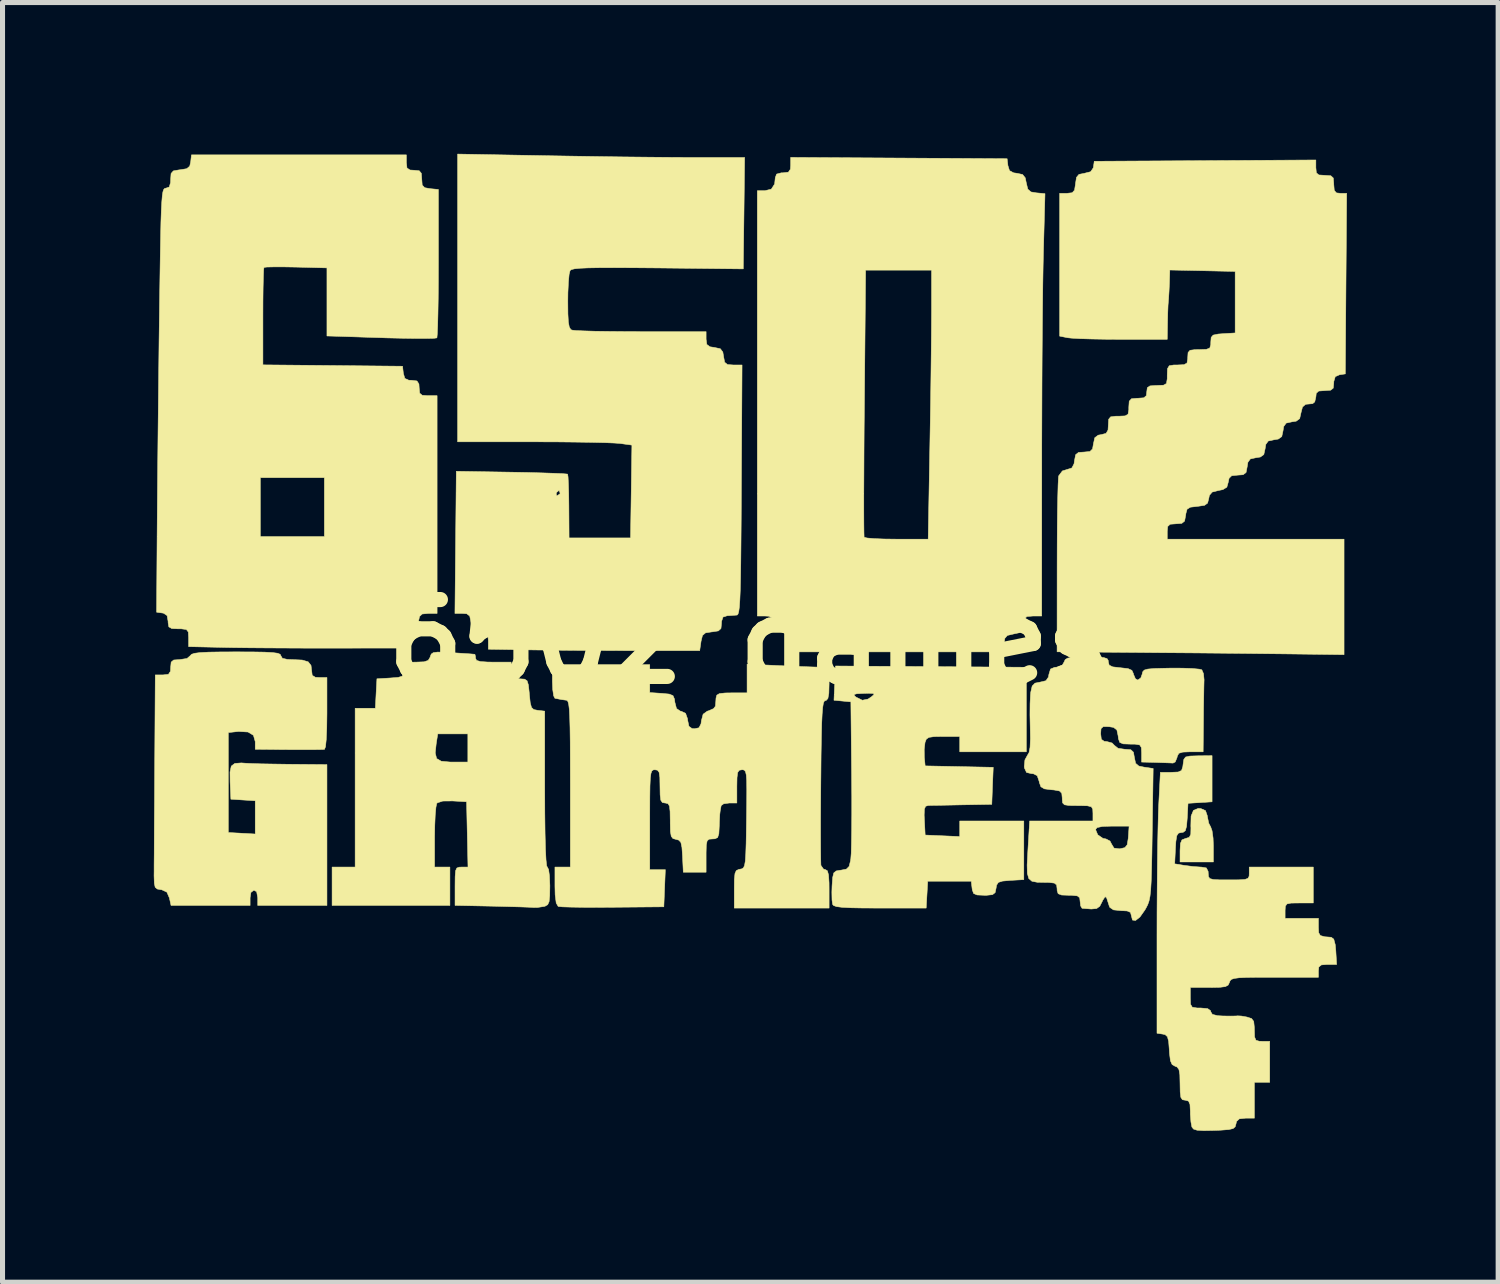
<source format=kicad_pcb>
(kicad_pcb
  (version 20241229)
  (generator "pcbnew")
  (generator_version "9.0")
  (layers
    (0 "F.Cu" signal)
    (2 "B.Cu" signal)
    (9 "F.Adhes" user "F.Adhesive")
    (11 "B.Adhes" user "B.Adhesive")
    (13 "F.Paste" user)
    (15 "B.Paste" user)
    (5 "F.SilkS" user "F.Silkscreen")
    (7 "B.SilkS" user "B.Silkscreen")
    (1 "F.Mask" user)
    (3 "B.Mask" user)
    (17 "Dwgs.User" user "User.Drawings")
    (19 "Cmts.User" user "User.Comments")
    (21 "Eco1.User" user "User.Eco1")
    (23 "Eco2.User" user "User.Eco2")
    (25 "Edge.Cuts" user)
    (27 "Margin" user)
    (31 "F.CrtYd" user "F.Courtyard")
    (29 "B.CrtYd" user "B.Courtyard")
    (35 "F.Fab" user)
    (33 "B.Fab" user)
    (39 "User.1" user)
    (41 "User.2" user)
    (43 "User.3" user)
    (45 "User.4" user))
  (footprint "6502 games"
    (layer "F.Cu")
    (at 11.815 9.673)
    (property "Reference" "6502 games" (at 0 0 0) (layer "F.SilkS") (effects (font (size 1.524 1.524) (thickness 0.3))))
    (attr through_hole)
    (fp_poly (pts (xy 8.946 3.31) (xy 9.039 3.351) (xy 9.075 3.455) (xy 9.077 3.475) (xy 9.103 3.6) (xy 9.142 3.675) (xy 9.169 3.751) (xy 9.189 3.895) (xy 9.195 4.049) (xy 9.195 4.369) (xy 8.534 4.369) (xy 8.534 4.144) (xy 8.542 4.001) (xy 8.572 3.931) (xy 8.639 3.904) (xy 8.647 3.902) (xy 8.717 3.88) (xy 8.747 3.821) (xy 8.75 3.695) (xy 8.748 3.658) (xy 8.753 3.459) (xy 8.8 3.346) (xy 8.894 3.307) (xy 8.946 3.31)) (stroke (width 0.01) (type solid)) (fill yes) (layer "F.SilkS"))
    (fp_poly (pts (xy 2.959 -9.589) (xy 5.105 -9.576) (xy 5.121 -9.439) (xy 5.152 -9.34) (xy 5.234 -9.296) (xy 5.299 -9.287) (xy 5.411 -9.263) (xy 5.464 -9.198) (xy 5.486 -9.093) (xy 5.515 -8.972) (xy 5.578 -8.917) (xy 5.684 -8.899) (xy 5.856 -8.883) (xy 5.825 -7.731) (xy 5.819 -7.461) (xy 5.813 -7.103) (xy 5.808 -6.672) (xy 5.803 -6.181) (xy 5.799 -5.643) (xy 5.796 -5.073) (xy 5.794 -4.485) (xy 5.792 -3.892) (xy 5.792 -3.543) (xy 5.791 -0.508) (xy 5.617 -0.508) (xy 5.497 -0.498) (xy 5.445 -0.449) (xy 5.426 -0.343) (xy 5.402 -0.229) (xy 5.338 -0.175) (xy 5.232 -0.152) (xy 5.11 -0.123) (xy 5.056 -0.061) (xy 5.039 0.038) (xy 5.023 0.203) (xy 0.819 0.203) (xy 0.803 0.013) (xy 0.784 -0.114) (xy 0.735 -0.172) (xy 0.627 -0.193) (xy 0.622 -0.194) (xy 0.508 -0.217) (xy 0.463 -0.276) (xy 0.457 -0.359) (xy 0.444 -0.465) (xy 0.384 -0.504) (xy 0.305 -0.508) (xy 0.152 -0.508) (xy 0.152 -2.604) (xy 2.263 -2.604) (xy 2.264 -2.346) (xy 2.266 -2.168) (xy 2.269 -2.079) (xy 2.271 -2.07) (xy 2.327 -2.055) (xy 2.464 -2.043) (xy 2.662 -2.035) (xy 2.902 -2.032) (xy 2.916 -2.032) (xy 3.54 -2.032) (xy 3.573 -3.869) (xy 3.581 -4.336) (xy 3.589 -4.81) (xy 3.595 -5.271) (xy 3.6 -5.701) (xy 3.604 -6.079) (xy 3.606 -6.387) (xy 3.607 -6.536) (xy 3.607 -7.366) (xy 2.299 -7.366) (xy 2.275 -4.737) (xy 2.27 -4.23) (xy 2.267 -3.753) (xy 2.265 -3.316) (xy 2.263 -2.93) (xy 2.263 -2.604) (xy 0.152 -2.604) (xy 0.152 -8.941) (xy 0.299 -8.941) (xy 0.429 -8.972) (xy 0.495 -9.074) (xy 0.508 -9.199) (xy 0.534 -9.271) (xy 0.628 -9.296) (xy 0.66 -9.296) (xy 0.768 -9.309) (xy 0.808 -9.368) (xy 0.813 -9.449) (xy 0.813 -9.602) (xy 2.959 -9.589)) (stroke (width 0.01) (type solid)) (fill yes) (layer "F.SilkS"))
    (fp_poly (pts (xy -9.856 0.204) (xy -9.62 0.208) (xy -9.459 0.217) (xy -9.361 0.23) (xy -9.311 0.25) (xy -9.296 0.278) (xy -9.296 0.279) (xy -9.266 0.33) (xy -9.163 0.353) (xy -9.072 0.356) (xy -8.872 0.365) (xy -8.754 0.4) (xy -8.698 0.471) (xy -8.687 0.564) (xy -8.674 0.668) (xy -8.612 0.707) (xy -8.534 0.711) (xy -8.382 0.711) (xy -8.382 1.422) (xy -8.386 1.718) (xy -8.396 1.942) (xy -8.411 2.085) (xy -8.432 2.137) (xy -8.433 2.137) (xy -8.507 2.139) (xy -8.65 2.141) (xy -8.814 2.141) (xy -9.06 2.141) (xy -9.33 2.139) (xy -9.474 2.137) (xy -9.804 2.134) (xy -9.804 1.982) (xy -9.839 1.858) (xy -9.947 1.792) (xy -10.135 1.781) (xy -10.192 1.787) (xy -10.338 1.803) (xy -10.338 3.785) (xy -10.071 3.8) (xy -9.804 3.815) (xy -9.804 3.485) (xy -9.804 3.155) (xy -10.046 3.14) (xy -10.287 3.124) (xy -10.302 2.785) (xy -10.304 2.586) (xy -10.279 2.468) (xy -10.209 2.415) (xy -10.08 2.405) (xy -9.982 2.412) (xy -9.877 2.417) (xy -9.693 2.423) (xy -9.454 2.427) (xy -9.184 2.431) (xy -9.106 2.432) (xy -8.382 2.438) (xy -8.382 5.232) (xy -9.754 5.232) (xy -9.754 5.08) (xy -9.776 4.959) (xy -9.83 4.928) (xy -9.89 4.973) (xy -9.906 5.08) (xy -9.906 5.232) (xy -11.473 5.232) (xy -11.506 5.083) (xy -11.556 4.967) (xy -11.657 4.92) (xy -11.675 4.918) (xy -11.747 4.905) (xy -11.788 4.87) (xy -11.805 4.79) (xy -11.81 4.641) (xy -11.809 4.559) (xy -11.809 4.427) (xy -11.807 4.207) (xy -11.806 3.916) (xy -11.804 3.566) (xy -11.801 3.174) (xy -11.799 2.753) (xy -11.797 2.438) (xy -11.786 0.66) (xy -11.633 0.66) (xy -11.525 0.648) (xy -11.485 0.588) (xy -11.481 0.508) (xy -11.471 0.406) (xy -11.421 0.364) (xy -11.301 0.356) (xy -11.157 0.334) (xy -11.093 0.279) (xy -11.067 0.251) (xy -11.007 0.231) (xy -10.897 0.217) (xy -10.725 0.208) (xy -10.478 0.204) (xy -10.18 0.203) (xy -9.856 0.204)) (stroke (width 0.01) (type solid)) (fill yes) (layer "F.SilkS"))
    (fp_poly (pts (xy 1.968 0.485) (xy 2.085 0.485) (xy 2.288 0.487) (xy 2.564 0.489) (xy 2.896 0.491) (xy 3.271 0.493) (xy 3.674 0.496) (xy 3.861 0.497) (xy 5.486 0.508) (xy 5.486 2.184) (xy 4.166 2.184) (xy 4.166 1.88) (xy 3.836 1.88) (xy 3.657 1.883) (xy 3.555 1.898) (xy 3.503 1.933) (xy 3.478 1.997) (xy 3.477 2) (xy 3.461 2.137) (xy 3.463 2.292) (xy 3.48 2.464) (xy 4.155 2.478) (xy 4.83 2.492) (xy 4.815 2.859) (xy 4.801 3.226) (xy 4.216 3.236) (xy 3.975 3.241) (xy 3.765 3.245) (xy 3.611 3.247) (xy 3.541 3.249) (xy 3.489 3.264) (xy 3.465 3.32) (xy 3.46 3.44) (xy 3.465 3.543) (xy 3.48 3.835) (xy 4.166 3.865) (xy 4.166 3.556) (xy 5.436 3.556) (xy 5.436 4.719) (xy 5.169 4.734) (xy 5.013 4.748) (xy 4.931 4.774) (xy 4.896 4.829) (xy 4.886 4.889) (xy 4.867 4.977) (xy 4.815 5.017) (xy 4.701 5.029) (xy 4.648 5.029) (xy 4.509 5.023) (xy 4.441 4.994) (xy 4.415 4.923) (xy 4.41 4.889) (xy 4.394 4.75) (xy 3.531 4.75) (xy 3.5 5.283) (xy 2.587 5.283) (xy 2.251 5.282) (xy 2.004 5.277) (xy 1.833 5.268) (xy 1.724 5.254) (xy 1.665 5.233) (xy 1.645 5.21) (xy 1.633 5.122) (xy 1.63 4.97) (xy 1.634 4.842) (xy 1.646 4.676) (xy 1.668 4.586) (xy 1.715 4.547) (xy 1.801 4.532) (xy 1.813 4.531) (xy 1.918 4.511) (xy 1.972 4.457) (xy 2.001 4.34) (xy 2.006 4.302) (xy 2.014 4.196) (xy 2.019 4.004) (xy 2.023 3.742) (xy 2.025 3.423) (xy 2.025 3.065) (xy 2.022 2.681) (xy 2.022 2.642) (xy 2.007 1.194) (xy 1.672 1.162) (xy 1.677 1.049) (xy 2.068 1.049) (xy 2.084 1.079) (xy 2.111 1.101) (xy 2.234 1.162) (xy 2.347 1.139) (xy 2.416 1.093) (xy 2.466 1.049) (xy 2.453 1.028) (xy 2.362 1.023) (xy 2.267 1.026) (xy 2.124 1.033) (xy 2.068 1.049) (xy 1.677 1.049) (xy 1.702 0.483) (xy 1.968 0.485)) (stroke (width 0.01) (type solid)) (fill yes) (layer "F.SilkS"))
    (fp_poly (pts (xy -6.038 0.21) (xy -5.883 0.22) (xy -5.689 0.233) (xy -5.538 0.243) (xy -5.456 0.25) (xy -5.448 0.251) (xy -5.437 0.296) (xy -5.436 0.33) (xy -5.415 0.372) (xy -5.339 0.395) (xy -5.19 0.405) (xy -5.083 0.406) (xy -4.731 0.406) (xy -4.715 0.572) (xy -4.692 0.686) (xy -4.632 0.731) (xy -4.547 0.738) (xy -4.462 0.744) (xy -4.414 0.776) (xy -4.388 0.857) (xy -4.371 1.012) (xy -4.369 1.043) (xy -4.351 1.212) (xy -4.326 1.305) (xy -4.281 1.347) (xy -4.204 1.362) (xy -4.064 1.378) (xy -4.064 2.924) (xy -4.062 3.407) (xy -4.057 3.804) (xy -4.049 4.112) (xy -4.038 4.327) (xy -4.025 4.446) (xy -4.013 4.47) (xy -3.987 4.518) (xy -3.97 4.645) (xy -3.962 4.832) (xy -3.962 4.845) (xy -3.965 5.039) (xy -3.977 5.155) (xy -4.005 5.216) (xy -4.055 5.245) (xy -4.077 5.251) (xy -4.215 5.272) (xy -4.293 5.271) (xy -4.379 5.266) (xy -4.545 5.26) (xy -4.769 5.254) (xy -5.031 5.247) (xy -5.118 5.245) (xy -5.842 5.23) (xy -5.842 4.85) (xy -5.84 4.657) (xy -5.831 4.543) (xy -5.806 4.489) (xy -5.759 4.472) (xy -5.713 4.47) (xy -5.585 4.47) (xy -5.599 3.823) (xy -5.613 3.175) (xy -5.888 3.159) (xy -6.086 3.161) (xy -6.192 3.196) (xy -6.205 3.21) (xy -6.221 3.285) (xy -6.235 3.439) (xy -6.244 3.648) (xy -6.248 3.873) (xy -6.248 4.47) (xy -5.944 4.47) (xy -5.944 5.232) (xy -8.28 5.232) (xy -8.28 4.47) (xy -7.823 4.47) (xy -7.823 2.209) (xy -6.235 2.209) (xy -6.207 2.318) (xy -6.116 2.371) (xy -5.946 2.387) (xy -5.887 2.388) (xy -5.588 2.388) (xy -5.588 1.829) (xy -6.185 1.829) (xy -6.216 2.028) (xy -6.235 2.209) (xy -7.823 2.209) (xy -7.823 1.321) (xy -7.422 1.321) (xy -7.407 1.029) (xy -7.391 0.737) (xy -7.125 0.721) (xy -6.97 0.709) (xy -6.89 0.685) (xy -6.862 0.633) (xy -6.858 0.556) (xy -6.852 0.467) (xy -6.816 0.423) (xy -6.725 0.408) (xy -6.61 0.406) (xy -6.456 0.4) (xy -6.374 0.372) (xy -6.337 0.311) (xy -6.334 0.299) (xy -6.314 0.247) (xy -6.272 0.218) (xy -6.187 0.207) (xy -6.038 0.21)) (stroke (width 0.01) (type solid)) (fill yes) (layer "F.SilkS"))
    (fp_poly (pts (xy -6.807 -9.5) (xy -6.795 -9.392) (xy -6.735 -9.352) (xy -6.655 -9.347) (xy -6.552 -9.337) (xy -6.51 -9.286) (xy -6.502 -9.173) (xy -6.493 -9.053) (xy -6.443 -9.001) (xy -6.337 -8.982) (xy -6.172 -8.966) (xy -6.172 -7.51) (xy -6.173 -7.135) (xy -6.176 -6.794) (xy -6.181 -6.5) (xy -6.187 -6.265) (xy -6.194 -6.103) (xy -6.201 -6.027) (xy -6.203 -6.023) (xy -6.261 -6.015) (xy -6.405 -6.012) (xy -6.619 -6.012) (xy -6.89 -6.016) (xy -7.2 -6.023) (xy -7.308 -6.027) (xy -8.382 -6.061) (xy -8.382 -7.411) (xy -8.996 -7.427) (xy -9.235 -7.431) (xy -9.434 -7.431) (xy -9.573 -7.428) (xy -9.631 -7.421) (xy -9.631 -7.421) (xy -9.638 -7.366) (xy -9.643 -7.225) (xy -9.648 -7.016) (xy -9.651 -6.753) (xy -9.652 -6.453) (xy -9.652 -5.488) (xy -8.268 -5.475) (xy -6.883 -5.461) (xy -6.867 -5.321) (xy -6.838 -5.22) (xy -6.76 -5.184) (xy -6.702 -5.182) (xy -6.597 -5.169) (xy -6.558 -5.108) (xy -6.553 -5.029) (xy -6.543 -4.927) (xy -6.493 -4.885) (xy -6.375 -4.877) (xy -6.198 -4.877) (xy -6.198 -0.559) (xy -6.372 -0.559) (xy -6.493 -0.548) (xy -6.546 -0.499) (xy -6.563 -0.419) (xy -6.602 -0.308) (xy -6.706 -0.243) (xy -6.741 -0.231) (xy -6.86 -0.177) (xy -6.911 -0.083) (xy -6.919 -0.028) (xy -6.934 0.127) (xy -8.306 0.129) (xy -8.718 0.129) (xy -9.142 0.127) (xy -9.552 0.125) (xy -9.926 0.122) (xy -10.238 0.118) (xy -10.401 0.115) (xy -11.125 0.099) (xy -11.125 -0.078) (xy -11.131 -0.191) (xy -11.17 -0.241) (xy -11.269 -0.254) (xy -11.328 -0.254) (xy -11.459 -0.26) (xy -11.517 -0.293) (xy -11.531 -0.373) (xy -11.532 -0.403) (xy -11.551 -0.516) (xy -11.622 -0.564) (xy -11.646 -0.568) (xy -11.76 -0.584) (xy -11.747 -2.438) (xy -11.743 -2.912) (xy -11.74 -3.251) (xy -9.703 -3.251) (xy -9.703 -2.083) (xy -8.433 -2.083) (xy -8.433 -3.251) (xy -9.703 -3.251) (xy -11.74 -3.251) (xy -11.738 -3.462) (xy -11.732 -4.067) (xy -11.725 -4.702) (xy -11.718 -5.342) (xy -11.711 -5.965) (xy -11.703 -6.546) (xy -11.702 -6.642) (xy -11.694 -7.192) (xy -11.687 -7.648) (xy -11.68 -8.021) (xy -11.674 -8.317) (xy -11.666 -8.546) (xy -11.657 -8.717) (xy -11.647 -8.838) (xy -11.635 -8.917) (xy -11.62 -8.963) (xy -11.602 -8.985) (xy -11.581 -8.991) (xy -11.575 -8.992) (xy -11.509 -9.015) (xy -11.483 -9.102) (xy -11.481 -9.166) (xy -11.473 -9.282) (xy -11.428 -9.334) (xy -11.317 -9.354) (xy -11.29 -9.357) (xy -11.162 -9.378) (xy -11.103 -9.428) (xy -11.084 -9.512) (xy -11.068 -9.652) (xy -6.807 -9.652) (xy -6.807 -9.5)) (stroke (width 0.01) (type solid)) (fill yes) (layer "F.SilkS"))
    (fp_poly (pts (xy -4 -9.635) (xy -3.523 -9.627) (xy -3.026 -9.619) (xy -2.53 -9.612) (xy -2.059 -9.607) (xy -1.635 -9.603) (xy -1.281 -9.601) (xy -1.155 -9.601) (xy -0.1 -9.601) (xy -0.113 -8.496) (xy -0.127 -7.391) (xy -1.822 -7.41) (xy -2.296 -7.414) (xy -2.677 -7.416) (xy -2.976 -7.415) (xy -3.202 -7.411) (xy -3.364 -7.404) (xy -3.472 -7.393) (xy -3.534 -7.378) (xy -3.561 -7.359) (xy -3.58 -7.282) (xy -3.594 -7.127) (xy -3.604 -6.921) (xy -3.606 -6.749) (xy -3.604 -6.501) (xy -3.595 -6.337) (xy -3.577 -6.239) (xy -3.548 -6.19) (xy -3.526 -6.178) (xy -3.455 -6.169) (xy -3.297 -6.162) (xy -3.067 -6.155) (xy -2.779 -6.151) (xy -2.447 -6.148) (xy -2.155 -6.147) (xy -0.864 -6.147) (xy -0.864 -5.998) (xy -0.85 -5.893) (xy -0.789 -5.847) (xy -0.699 -5.833) (xy -0.582 -5.808) (xy -0.532 -5.742) (xy -0.517 -5.652) (xy -0.496 -5.54) (xy -0.44 -5.494) (xy -0.326 -5.486) (xy -0.151 -5.486) (xy -0.165 -3.01) (xy -0.168 -2.438) (xy -0.172 -1.96) (xy -0.176 -1.567) (xy -0.181 -1.251) (xy -0.187 -1.005) (xy -0.195 -0.82) (xy -0.204 -0.688) (xy -0.216 -0.601) (xy -0.23 -0.55) (xy -0.246 -0.529) (xy -0.254 -0.527) (xy -0.367 -0.518) (xy -0.445 -0.514) (xy -0.528 -0.488) (xy -0.557 -0.403) (xy -0.559 -0.359) (xy -0.569 -0.26) (xy -0.621 -0.213) (xy -0.743 -0.194) (xy -0.749 -0.194) (xy -0.876 -0.174) (xy -0.936 -0.122) (xy -0.964 -0.008) (xy -0.965 0) (xy -0.991 0.178) (xy -2.21 0.178) (xy -2.62 0.177) (xy -3.06 0.175) (xy -3.497 0.173) (xy -3.902 0.169) (xy -4.243 0.165) (xy -4.305 0.164) (xy -5.182 0.15) (xy -5.182 -0.023) (xy -5.192 -0.142) (xy -5.242 -0.194) (xy -5.347 -0.213) (xy -5.463 -0.237) (xy -5.513 -0.304) (xy -5.528 -0.394) (xy -5.551 -0.508) (xy -5.61 -0.553) (xy -5.694 -0.559) (xy -5.844 -0.559) (xy -5.821 -2.946) (xy -3.835 -2.946) (xy -3.831 -2.9) (xy -3.813 -2.896) (xy -3.761 -2.932) (xy -3.759 -2.946) (xy -3.777 -2.996) (xy -3.782 -2.997) (xy -3.825 -2.962) (xy -3.835 -2.946) (xy -5.821 -2.946) (xy -5.817 -3.378) (xy -4.724 -3.36) (xy -4.402 -3.354) (xy -4.115 -3.346) (xy -3.879 -3.338) (xy -3.709 -3.331) (xy -3.62 -3.323) (xy -3.61 -3.321) (xy -3.601 -3.265) (xy -3.594 -3.128) (xy -3.588 -2.93) (xy -3.585 -2.691) (xy -3.585 -2.679) (xy -3.581 -2.057) (xy -2.362 -2.057) (xy -2.348 -2.977) (xy -2.335 -3.897) (xy -2.571 -3.93) (xy -2.683 -3.938) (xy -2.88 -3.946) (xy -3.149 -3.952) (xy -3.473 -3.957) (xy -3.838 -3.961) (xy -4.227 -3.962) (xy -4.3 -3.962) (xy -5.791 -3.962) (xy -5.791 -9.668) (xy -4 -9.635)) (stroke (width 0.01) (type solid)) (fill yes) (layer "F.SilkS"))
    (fp_poly (pts (xy 9.169 3.175) (xy 8.692 3.206) (xy 8.677 3.495) (xy 8.663 3.661) (xy 8.639 3.748) (xy 8.595 3.781) (xy 8.56 3.785) (xy 8.503 3.797) (xy 8.469 3.849) (xy 8.451 3.964) (xy 8.443 4.095) (xy 8.428 4.406) (xy 8.621 4.437) (xy 8.79 4.459) (xy 8.943 4.47) (xy 8.954 4.47) (xy 9.056 4.487) (xy 9.091 4.557) (xy 9.093 4.597) (xy 9.098 4.66) (xy 9.124 4.698) (xy 9.194 4.717) (xy 9.328 4.724) (xy 9.5 4.724) (xy 9.701 4.723) (xy 9.822 4.715) (xy 9.882 4.693) (xy 9.904 4.651) (xy 9.906 4.597) (xy 9.906 4.47) (xy 11.176 4.47) (xy 11.176 5.182) (xy 10.897 5.182) (xy 10.737 5.184) (xy 10.654 5.201) (xy 10.622 5.246) (xy 10.617 5.332) (xy 10.617 5.486) (xy 11.278 5.486) (xy 11.278 5.664) (xy 11.283 5.772) (xy 11.316 5.828) (xy 11.403 5.852) (xy 11.532 5.862) (xy 11.582 5.899) (xy 11.612 6.011) (xy 11.623 6.134) (xy 11.639 6.401) (xy 11.458 6.401) (xy 11.337 6.41) (xy 11.286 6.451) (xy 11.278 6.528) (xy 11.278 6.655) (xy 10.409 6.655) (xy 10.093 6.655) (xy 9.864 6.658) (xy 9.707 6.665) (xy 9.608 6.678) (xy 9.552 6.697) (xy 9.525 6.726) (xy 9.514 6.756) (xy 9.489 6.809) (xy 9.434 6.84) (xy 9.325 6.854) (xy 9.14 6.858) (xy 9.113 6.858) (xy 8.738 6.858) (xy 8.738 7.061) (xy 8.742 7.191) (xy 8.777 7.249) (xy 8.87 7.264) (xy 8.941 7.264) (xy 9.082 7.277) (xy 9.14 7.319) (xy 9.144 7.341) (xy 9.175 7.391) (xy 9.278 7.417) (xy 9.385 7.423) (xy 9.537 7.425) (xy 9.647 7.423) (xy 9.672 7.42) (xy 9.751 7.424) (xy 9.862 7.444) (xy 9.953 7.474) (xy 9.995 7.531) (xy 10.007 7.648) (xy 10.008 7.7) (xy 10.012 7.839) (xy 10.039 7.904) (xy 10.106 7.924) (xy 10.16 7.925) (xy 10.312 7.925) (xy 10.312 8.738) (xy 10.008 8.738) (xy 10.008 9.449) (xy 9.833 9.449) (xy 9.71 9.462) (xy 9.655 9.513) (xy 9.643 9.563) (xy 9.627 9.62) (xy 9.586 9.655) (xy 9.499 9.675) (xy 9.343 9.687) (xy 9.214 9.692) (xy 9.002 9.696) (xy 8.872 9.688) (xy 8.801 9.665) (xy 8.769 9.624) (xy 8.75 9.524) (xy 8.738 9.372) (xy 8.738 9.318) (xy 8.731 9.176) (xy 8.702 9.11) (xy 8.64 9.093) (xy 8.636 9.093) (xy 8.581 9.083) (xy 8.55 9.036) (xy 8.537 8.931) (xy 8.534 8.769) (xy 8.53 8.589) (xy 8.513 8.486) (xy 8.476 8.435) (xy 8.435 8.419) (xy 8.377 8.386) (xy 8.343 8.309) (xy 8.325 8.163) (xy 8.321 8.095) (xy 8.308 7.926) (xy 8.284 7.834) (xy 8.239 7.793) (xy 8.191 7.782) (xy 8.077 7.765) (xy 8.077 5.826) (xy 8.078 5.359) (xy 8.081 4.897) (xy 8.085 4.455) (xy 8.09 4.05) (xy 8.097 3.7) (xy 8.104 3.419) (xy 8.111 3.239) (xy 8.144 2.591) (xy 8.361 2.591) (xy 8.498 2.585) (xy 8.564 2.555) (xy 8.589 2.478) (xy 8.595 2.429) (xy 8.609 2.336) (xy 8.644 2.288) (xy 8.729 2.269) (xy 8.888 2.264) (xy 8.89 2.264) (xy 9.169 2.261) (xy 9.169 3.175)) (stroke (width 0.01) (type solid)) (fill yes) (layer "F.SilkS"))
    (fp_poly (pts (xy 0.572 0.475) (xy 0.833 0.487) (xy 1.075 0.496) (xy 1.27 0.503) (xy 1.384 0.506) (xy 1.575 0.508) (xy 1.575 0.838) (xy 1.57 1.024) (xy 1.551 1.128) (xy 1.515 1.167) (xy 1.5 1.168) (xy 1.479 1.18) (xy 1.461 1.223) (xy 1.448 1.306) (xy 1.437 1.44) (xy 1.428 1.633) (xy 1.422 1.897) (xy 1.416 2.241) (xy 1.412 2.675) (xy 1.411 2.76) (xy 1.408 3.156) (xy 1.406 3.521) (xy 1.406 3.842) (xy 1.407 4.107) (xy 1.409 4.303) (xy 1.412 4.416) (xy 1.413 4.437) (xy 1.464 4.51) (xy 1.502 4.521) (xy 1.541 4.544) (xy 1.564 4.625) (xy 1.574 4.782) (xy 1.575 4.902) (xy 1.575 5.283) (xy -0.305 5.283) (xy -0.305 4.906) (xy -0.303 4.712) (xy -0.291 4.597) (xy -0.265 4.54) (xy -0.217 4.517) (xy -0.191 4.512) (xy -0.151 4.504) (xy -0.122 4.483) (xy -0.101 4.436) (xy -0.086 4.349) (xy -0.077 4.208) (xy -0.07 4.001) (xy -0.065 3.713) (xy -0.062 3.518) (xy -0.058 3.18) (xy -0.057 2.931) (xy -0.059 2.756) (xy -0.067 2.644) (xy -0.082 2.579) (xy -0.105 2.549) (xy -0.136 2.54) (xy -0.151 2.54) (xy -0.207 2.55) (xy -0.238 2.595) (xy -0.251 2.698) (xy -0.254 2.87) (xy -0.254 3.2) (xy -0.406 3.2) (xy -0.516 3.215) (xy -0.565 3.251) (xy -0.565 3.251) (xy -0.583 3.349) (xy -0.584 3.353) (xy -0.593 3.43) (xy -0.6 3.57) (xy -0.603 3.658) (xy -0.611 3.808) (xy -0.635 3.884) (xy -0.688 3.909) (xy -0.737 3.912) (xy -0.805 3.917) (xy -0.843 3.95) (xy -0.86 4.033) (xy -0.864 4.188) (xy -0.864 4.242) (xy -0.864 4.572) (xy -1.316 4.572) (xy -1.331 4.255) (xy -1.343 4.079) (xy -1.364 3.981) (xy -1.405 3.936) (xy -1.46 3.921) (xy -1.521 3.904) (xy -1.555 3.86) (xy -1.571 3.766) (xy -1.575 3.599) (xy -1.575 3.552) (xy -1.578 3.367) (xy -1.59 3.261) (xy -1.619 3.213) (xy -1.67 3.2) (xy -1.676 3.2) (xy -1.731 3.19) (xy -1.762 3.144) (xy -1.775 3.04) (xy -1.778 2.87) (xy -1.781 2.692) (xy -1.795 2.592) (xy -1.827 2.549) (xy -1.88 2.54) (xy -1.914 2.544) (xy -1.94 2.565) (xy -1.958 2.616) (xy -1.97 2.711) (xy -1.977 2.863) (xy -1.98 3.084) (xy -1.981 3.389) (xy -1.981 3.531) (xy -1.981 4.521) (xy -1.672 4.521) (xy -1.687 4.889) (xy -1.702 5.258) (xy -2.718 5.267) (xy -3.032 5.269) (xy -3.313 5.268) (xy -3.544 5.264) (xy -3.71 5.259) (xy -3.793 5.251) (xy -3.797 5.25) (xy -3.836 5.183) (xy -3.857 5.02) (xy -3.861 4.847) (xy -3.861 4.47) (xy -3.556 4.47) (xy -3.556 2.819) (xy -3.557 2.361) (xy -3.558 1.994) (xy -3.562 1.709) (xy -3.568 1.496) (xy -3.576 1.344) (xy -3.588 1.246) (xy -3.603 1.189) (xy -3.622 1.165) (xy -3.632 1.162) (xy -3.735 1.148) (xy -3.759 1.143) (xy -3.857 1.124) (xy -3.861 1.124) (xy -3.887 1.074) (xy -3.905 0.95) (xy -3.912 0.787) (xy -3.912 0.457) (xy -1.981 0.457) (xy -1.981 1.01) (xy -1.74 1.026) (xy -1.594 1.04) (xy -1.52 1.071) (xy -1.491 1.138) (xy -1.483 1.203) (xy -1.451 1.326) (xy -1.375 1.378) (xy -1.356 1.381) (xy -1.271 1.421) (xy -1.233 1.527) (xy -1.229 1.562) (xy -1.204 1.679) (xy -1.144 1.723) (xy -1.092 1.727) (xy -1.005 1.708) (xy -0.965 1.63) (xy -0.956 1.564) (xy -0.923 1.439) (xy -0.841 1.379) (xy -0.813 1.371) (xy -0.715 1.328) (xy -0.679 1.28) (xy -0.671 1.18) (xy -0.667 1.118) (xy -0.651 1.061) (xy -0.599 1.03) (xy -0.485 1.018) (xy -0.356 1.016) (xy -0.051 1.016) (xy -0.051 0.446) (xy 0.572 0.475)) (stroke (width 0.01) (type solid)) (fill yes) (layer "F.SilkS"))
    (fp_poly (pts (xy 11.227 -9.399) (xy 11.237 -9.296) (xy 11.287 -9.254) (xy 11.405 -9.246) (xy 11.524 -9.238) (xy 11.573 -9.193) (xy 11.582 -9.081) (xy 11.582 -9.068) (xy 11.592 -8.948) (xy 11.635 -8.898) (xy 11.71 -8.89) (xy 11.838 -8.89) (xy 11.824 -7.099) (xy 11.811 -5.309) (xy 11.697 -5.292) (xy 11.612 -5.255) (xy 11.583 -5.159) (xy 11.582 -5.127) (xy 11.572 -5.027) (xy 11.521 -4.986) (xy 11.405 -4.978) (xy 11.284 -4.969) (xy 11.235 -4.926) (xy 11.227 -4.851) (xy 11.205 -4.754) (xy 11.163 -4.719) (xy 11.054 -4.709) (xy 11.024 -4.706) (xy 10.962 -4.653) (xy 10.932 -4.537) (xy 10.906 -4.422) (xy 10.838 -4.372) (xy 10.754 -4.359) (xy 10.639 -4.334) (xy 10.589 -4.265) (xy 10.576 -4.181) (xy 10.551 -4.066) (xy 10.482 -4.017) (xy 10.398 -4.003) (xy 10.283 -3.978) (xy 10.234 -3.91) (xy 10.221 -3.826) (xy 10.195 -3.71) (xy 10.127 -3.661) (xy 10.043 -3.648) (xy 9.928 -3.623) (xy 9.879 -3.556) (xy 9.865 -3.467) (xy 9.843 -3.354) (xy 9.785 -3.31) (xy 9.678 -3.302) (xy 9.558 -3.29) (xy 9.506 -3.239) (xy 9.49 -3.162) (xy 9.462 -3.063) (xy 9.384 -3.015) (xy 9.296 -2.997) (xy 9.172 -2.966) (xy 9.116 -2.901) (xy 9.103 -2.835) (xy 9.08 -2.747) (xy 9.02 -2.703) (xy 8.892 -2.684) (xy 8.874 -2.682) (xy 8.739 -2.666) (xy 8.674 -2.627) (xy 8.65 -2.541) (xy 8.645 -2.502) (xy 8.624 -2.39) (xy 8.568 -2.345) (xy 8.455 -2.337) (xy 8.337 -2.328) (xy 8.289 -2.283) (xy 8.28 -2.184) (xy 8.28 -2.032) (xy 11.786 -2.032) (xy 11.786 0.258) (xy 10.63 0.243) (xy 10.274 0.239) (xy 9.842 0.234) (xy 9.36 0.229) (xy 8.852 0.224) (xy 8.345 0.22) (xy 7.862 0.216) (xy 7.785 0.215) (xy 6.096 0.202) (xy 6.097 -1.487) (xy 6.098 -1.895) (xy 6.1 -2.275) (xy 6.104 -2.613) (xy 6.11 -2.896) (xy 6.116 -3.112) (xy 6.123 -3.248) (xy 6.127 -3.286) (xy 6.201 -3.385) (xy 6.292 -3.413) (xy 6.389 -3.444) (xy 6.432 -3.526) (xy 6.442 -3.594) (xy 6.464 -3.707) (xy 6.521 -3.752) (xy 6.629 -3.759) (xy 6.747 -3.77) (xy 6.799 -3.821) (xy 6.817 -3.924) (xy 6.843 -4.043) (xy 6.911 -4.094) (xy 6.972 -4.105) (xy 7.068 -4.13) (xy 7.106 -4.196) (xy 7.112 -4.296) (xy 7.118 -4.408) (xy 7.157 -4.457) (xy 7.257 -4.47) (xy 7.315 -4.47) (xy 7.445 -4.476) (xy 7.503 -4.509) (xy 7.518 -4.596) (xy 7.518 -4.648) (xy 7.526 -4.767) (xy 7.571 -4.816) (xy 7.683 -4.826) (xy 7.696 -4.826) (xy 7.816 -4.835) (xy 7.866 -4.878) (xy 7.874 -4.953) (xy 7.885 -5.035) (xy 7.937 -5.071) (xy 8.06 -5.08) (xy 8.077 -5.08) (xy 8.207 -5.085) (xy 8.265 -5.119) (xy 8.28 -5.212) (xy 8.28 -5.283) (xy 8.285 -5.413) (xy 8.32 -5.471) (xy 8.412 -5.486) (xy 8.484 -5.486) (xy 8.614 -5.492) (xy 8.672 -5.525) (xy 8.686 -5.606) (xy 8.687 -5.639) (xy 8.693 -5.733) (xy 8.732 -5.777) (xy 8.829 -5.79) (xy 8.915 -5.791) (xy 9.056 -5.796) (xy 9.123 -5.821) (xy 9.143 -5.886) (xy 9.144 -5.941) (xy 9.151 -6.032) (xy 9.19 -6.078) (xy 9.289 -6.099) (xy 9.385 -6.106) (xy 9.627 -6.121) (xy 9.627 -7.341) (xy 8.331 -7.369) (xy 8.323 -7.101) (xy 8.315 -6.933) (xy 8.307 -6.801) (xy 8.303 -6.756) (xy 8.296 -6.669) (xy 8.29 -6.514) (xy 8.286 -6.337) (xy 8.28 -5.994) (xy 7.372 -5.994) (xy 7.067 -5.996) (xy 6.787 -6.001) (xy 6.552 -6.008) (xy 6.382 -6.018) (xy 6.306 -6.026) (xy 6.147 -6.058) (xy 6.147 -8.89) (xy 6.296 -8.89) (xy 6.395 -8.901) (xy 6.442 -8.952) (xy 6.461 -9.074) (xy 6.461 -9.081) (xy 6.481 -9.207) (xy 6.53 -9.265) (xy 6.636 -9.286) (xy 6.639 -9.287) (xy 6.762 -9.318) (xy 6.813 -9.394) (xy 6.817 -9.414) (xy 6.833 -9.525) (xy 11.227 -9.551) (xy 11.227 -9.399)) (stroke (width 0.01) (type solid)) (fill yes) (layer "F.SilkS"))
    (fp_poly (pts (xy 6.895 0.307) (xy 7.021 0.316) (xy 7.087 0.337) (xy 7.11 0.374) (xy 7.112 0.404) (xy 7.129 0.466) (xy 7.198 0.5) (xy 7.342 0.517) (xy 7.353 0.518) (xy 7.503 0.535) (xy 7.579 0.569) (xy 7.609 0.634) (xy 7.611 0.648) (xy 7.65 0.737) (xy 7.696 0.762) (xy 7.756 0.719) (xy 7.782 0.648) (xy 7.794 0.598) (xy 7.825 0.564) (xy 7.894 0.544) (xy 8.019 0.533) (xy 8.217 0.528) (xy 8.357 0.525) (xy 8.588 0.526) (xy 8.782 0.533) (xy 8.917 0.546) (xy 8.966 0.559) (xy 8.999 0.635) (xy 9.011 0.761) (xy 9.01 0.77) (xy 9.007 0.888) (xy 9.004 1.079) (xy 9 1.318) (xy 8.998 1.562) (xy 8.992 2.184) (xy 8.741 2.184) (xy 8.589 2.19) (xy 8.511 2.214) (xy 8.48 2.27) (xy 8.474 2.299) (xy 8.438 2.386) (xy 8.395 2.408) (xy 8.311 2.404) (xy 8.164 2.399) (xy 8.052 2.395) (xy 7.772 2.388) (xy 7.772 2.21) (xy 7.767 2.1) (xy 7.734 2.048) (xy 7.644 2.033) (xy 7.547 2.032) (xy 7.407 2.027) (xy 7.339 1.999) (xy 7.313 1.927) (xy 7.306 1.867) (xy 7.281 1.751) (xy 7.215 1.7) (xy 7.125 1.686) (xy 7.012 1.684) (xy 6.967 1.725) (xy 6.96 1.826) (xy 6.973 1.936) (xy 7.029 1.977) (xy 7.081 1.981) (xy 7.187 2.01) (xy 7.232 2.057) (xy 7.305 2.115) (xy 7.437 2.134) (xy 7.557 2.143) (xy 7.61 2.192) (xy 7.629 2.299) (xy 7.653 2.413) (xy 7.717 2.467) (xy 7.823 2.489) (xy 8.001 2.515) (xy 7.982 3.81) (xy 7.976 4.207) (xy 7.969 4.515) (xy 7.962 4.75) (xy 7.952 4.923) (xy 7.938 5.05) (xy 7.919 5.143) (xy 7.893 5.216) (xy 7.859 5.283) (xy 7.837 5.321) (xy 7.739 5.46) (xy 7.652 5.529) (xy 7.591 5.521) (xy 7.569 5.436) (xy 7.552 5.369) (xy 7.484 5.34) (xy 7.364 5.334) (xy 7.215 5.319) (xy 7.142 5.27) (xy 7.131 5.245) (xy 7.092 5.124) (xy 7.078 5.08) (xy 7.048 5.057) (xy 7 5.131) (xy 6.988 5.158) (xy 6.942 5.247) (xy 6.88 5.292) (xy 6.775 5.302) (xy 6.598 5.288) (xy 6.591 5.287) (xy 6.563 5.24) (xy 6.553 5.156) (xy 6.544 5.078) (xy 6.497 5.041) (xy 6.386 5.03) (xy 6.325 5.029) (xy 6.184 5.024) (xy 6.117 4.998) (xy 6.097 4.936) (xy 6.096 4.902) (xy 6.087 4.825) (xy 6.043 4.788) (xy 5.936 4.775) (xy 5.855 4.774) (xy 5.701 4.771) (xy 5.597 4.751) (xy 5.535 4.698) (xy 5.506 4.595) (xy 5.502 4.427) (xy 5.515 4.176) (xy 5.518 4.124) (xy 5.542 3.724) (xy 6.858 3.724) (xy 6.902 3.83) (xy 7.005 3.901) (xy 7.065 3.912) (xy 7.145 3.954) (xy 7.178 4.017) (xy 7.225 4.094) (xy 7.328 4.108) (xy 7.35 4.106) (xy 7.441 4.084) (xy 7.486 4.028) (xy 7.506 3.906) (xy 7.509 3.873) (xy 7.524 3.658) (xy 7.191 3.658) (xy 6.996 3.664) (xy 6.889 3.687) (xy 6.858 3.724) (xy 5.542 3.724) (xy 5.552 3.556) (xy 6.807 3.556) (xy 6.807 3.404) (xy 6.803 3.319) (xy 6.775 3.274) (xy 6.699 3.255) (xy 6.552 3.251) (xy 6.502 3.251) (xy 6.334 3.249) (xy 6.243 3.235) (xy 6.205 3.197) (xy 6.198 3.124) (xy 6.198 3.102) (xy 6.189 3.007) (xy 6.144 2.961) (xy 6.035 2.941) (xy 5.982 2.937) (xy 5.844 2.919) (xy 5.775 2.878) (xy 5.744 2.792) (xy 5.74 2.77) (xy 5.702 2.658) (xy 5.624 2.619) (xy 5.588 2.617) (xy 5.49 2.594) (xy 5.449 2.506) (xy 5.445 2.476) (xy 5.458 2.345) (xy 5.504 2.261) (xy 5.54 2.2) (xy 5.56 2.094) (xy 5.567 1.923) (xy 5.563 1.69) (xy 5.558 1.452) (xy 5.56 1.23) (xy 5.568 1.06) (xy 5.573 1.006) (xy 5.602 0.88) (xy 5.658 0.823) (xy 5.759 0.803) (xy 5.875 0.775) (xy 5.925 0.702) (xy 5.934 0.648) (xy 5.966 0.543) (xy 6.049 0.509) (xy 6.079 0.508) (xy 6.195 0.472) (xy 6.234 0.406) (xy 6.257 0.356) (xy 6.307 0.326) (xy 6.407 0.311) (xy 6.577 0.305) (xy 6.686 0.305) (xy 6.895 0.307)) (stroke (width 0.01) (type solid)) (fill yes) (layer "F.SilkS")))
  (gr_rect
    (start -3 -3)
    (end 26.657 22.375)
    (stroke (width 0.1) (type default))
    (fill no)
    (layer "Edge.Cuts")))
</source>
